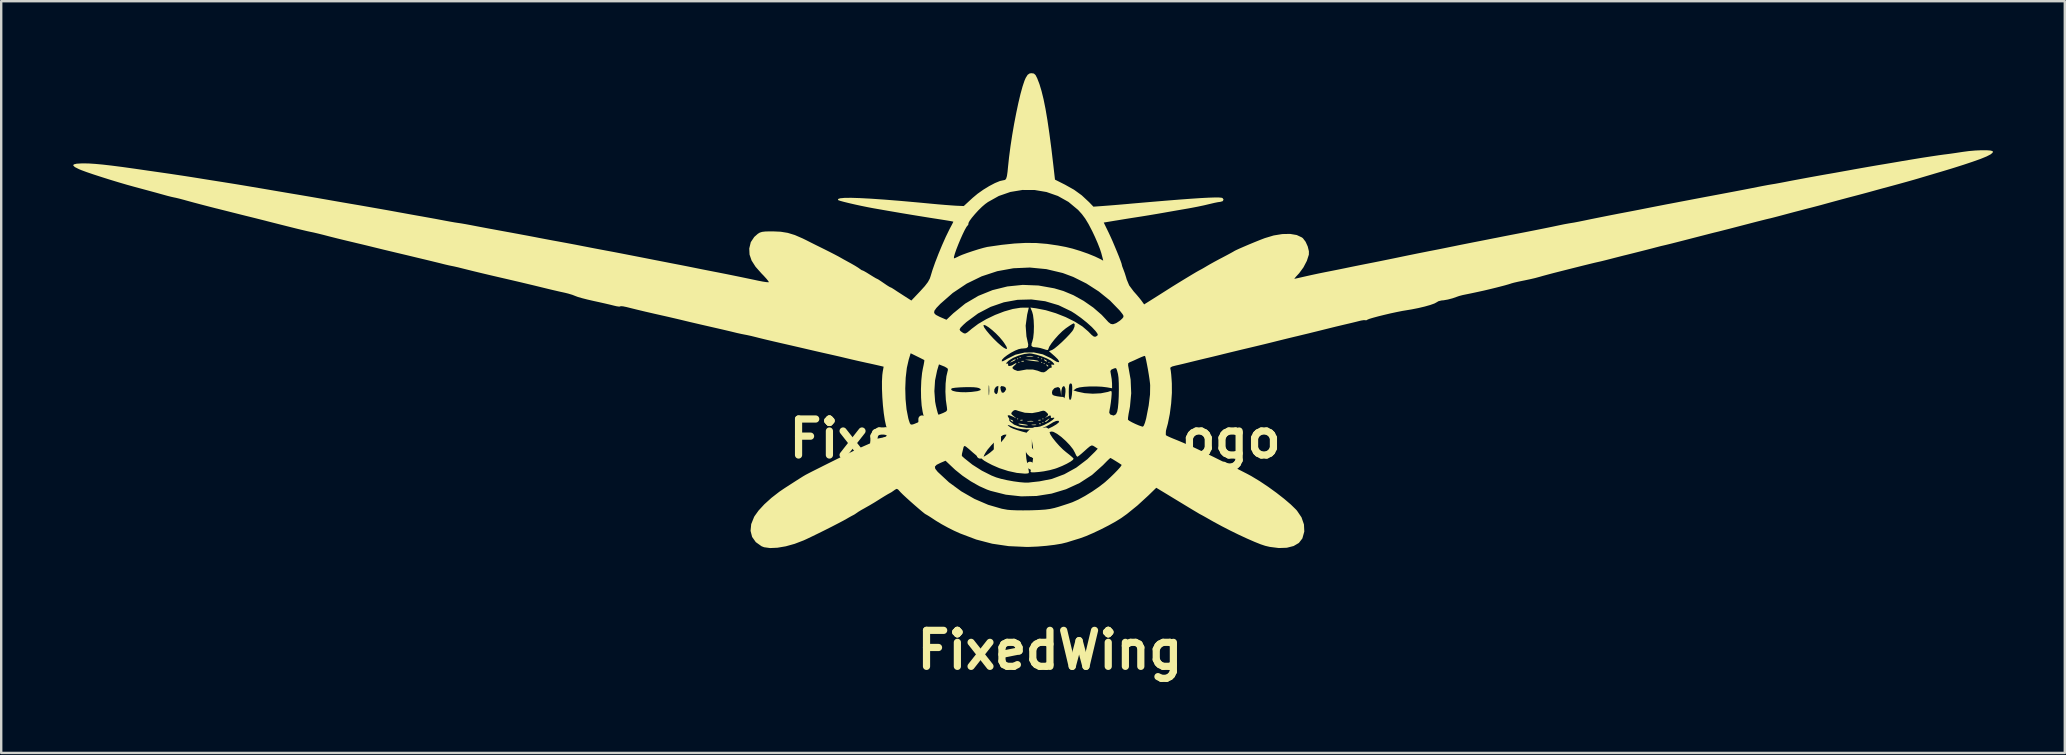
<source format=kicad_pcb>
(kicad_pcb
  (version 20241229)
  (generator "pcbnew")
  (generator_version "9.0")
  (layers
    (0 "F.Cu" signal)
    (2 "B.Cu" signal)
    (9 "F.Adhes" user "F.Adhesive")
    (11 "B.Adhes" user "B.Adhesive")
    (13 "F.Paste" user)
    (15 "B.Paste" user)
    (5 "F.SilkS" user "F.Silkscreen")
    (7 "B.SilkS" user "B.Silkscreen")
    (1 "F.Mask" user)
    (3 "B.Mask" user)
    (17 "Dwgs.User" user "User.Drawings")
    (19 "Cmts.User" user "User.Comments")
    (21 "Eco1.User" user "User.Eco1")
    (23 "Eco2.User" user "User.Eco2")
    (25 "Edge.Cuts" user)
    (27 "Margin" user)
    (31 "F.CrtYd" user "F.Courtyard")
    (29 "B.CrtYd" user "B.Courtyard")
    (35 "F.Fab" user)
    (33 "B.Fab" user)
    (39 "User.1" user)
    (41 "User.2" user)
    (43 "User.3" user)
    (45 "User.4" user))
  (footprint "FixedWing - Logo"
    (layer "F.Cu")
    (at 40.004 13.463)
    (property "Reference" "FixedWing - Logo" (at 0.075 1.767 0) (layer "F.SilkS") (effects (font (size 1.5 1.5) (thickness 0.3))))
    (attr board_only exclude_from_pos_files exclude_from_bom)
    (fp_poly (pts (xy -0.627 -1.565) (xy -0.652 -1.539) (xy -0.677 -1.565) (xy -0.652 -1.59)) (stroke (width 0) (type solid)) (fill yes) (layer "F.SilkS"))
    (fp_poly (pts (xy -0.627 0.94) (xy -0.652 0.965) (xy -0.677 0.94) (xy -0.652 0.915)) (stroke (width 0) (type solid)) (fill yes) (layer "F.SilkS"))
    (fp_poly (pts (xy -0.577 -1.414) (xy -0.602 -1.389) (xy -0.627 -1.414) (xy -0.602 -1.439)) (stroke (width 0) (type solid)) (fill yes) (layer "F.SilkS"))
    (fp_poly (pts (xy -0.527 -1.615) (xy -0.552 -1.59) (xy -0.577 -1.615) (xy -0.552 -1.64)) (stroke (width 0) (type solid)) (fill yes) (layer "F.SilkS"))
    (fp_poly (pts (xy 0.225 -1.615) (xy 0.2 -1.59) (xy 0.175 -1.615) (xy 0.2 -1.64)) (stroke (width 0) (type solid)) (fill yes) (layer "F.SilkS"))
    (fp_poly (pts (xy 0.375 -1.565) (xy 0.35 -1.539) (xy 0.325 -1.565) (xy 0.35 -1.59)) (stroke (width 0) (type solid)) (fill yes) (layer "F.SilkS"))
    (fp_poly (pts (xy 0.375 -1.414) (xy 0.35 -1.389) (xy 0.325 -1.414) (xy 0.35 -1.439)) (stroke (width 0) (type solid)) (fill yes) (layer "F.SilkS"))
    (fp_poly (pts (xy 0.425 0.94) (xy 0.4 0.965) (xy 0.375 0.94) (xy 0.4 0.915)) (stroke (width 0) (type solid)) (fill yes) (layer "F.SilkS"))
    (fp_poly (pts (xy 0.425 1.091) (xy 0.4 1.116) (xy 0.375 1.091) (xy 0.4 1.066)) (stroke (width 0) (type solid)) (fill yes) (layer "F.SilkS"))
    (fp_poly (pts (xy 0.475 -1.364) (xy 0.45 -1.339) (xy 0.425 -1.364) (xy 0.45 -1.389)) (stroke (width 0) (type solid)) (fill yes) (layer "F.SilkS"))
    (fp_poly (pts (xy 0.676 -1.414) (xy 0.651 -1.389) (xy 0.626 -1.414) (xy 0.651 -1.439)) (stroke (width 0) (type solid)) (fill yes) (layer "F.SilkS"))
    (fp_poly (pts (xy -0.44 0.985) (xy -0.455 1.008) (xy -0.506 1.012) (xy -0.559 0.999) (xy -0.536 0.981) (xy -0.458 0.975)) (stroke (width 0) (type solid)) (fill yes) (layer "F.SilkS"))
    (fp_poly (pts (xy -0.39 -1.47) (xy -0.405 -1.447) (xy -0.456 -1.443) (xy -0.509 -1.455) (xy -0.486 -1.474) (xy -0.408 -1.479)) (stroke (width 0) (type solid)) (fill yes) (layer "F.SilkS"))
    (fp_poly (pts (xy 0.308 1.132) (xy 0.302 1.162) (xy 0.275 1.166) (xy 0.234 1.148) (xy 0.242 1.132) (xy 0.301 1.126)) (stroke (width 0) (type solid)) (fill yes) (layer "F.SilkS"))
    (fp_poly (pts (xy 0.312 0.985) (xy 0.297 1.008) (xy 0.246 1.012) (xy 0.192 0.999) (xy 0.216 0.981) (xy 0.294 0.975)) (stroke (width 0) (type solid)) (fill yes) (layer "F.SilkS"))
    (fp_poly (pts (xy -0.863 1.002) (xy -0.852 1.016) (xy -0.835 1.061) (xy -0.882 1.044) (xy -0.927 1.016) (xy -0.966 0.975) (xy -0.943 0.966)) (stroke (width 0) (type solid)) (fill yes) (layer "F.SilkS"))
    (fp_poly (pts (xy 0.54 -1.503) (xy 0.551 -1.489) (xy 0.568 -1.444) (xy 0.521 -1.461) (xy 0.475 -1.489) (xy 0.437 -1.53) (xy 0.46 -1.539)) (stroke (width 0) (type solid)) (fill yes) (layer "F.SilkS"))
    (fp_poly (pts (xy 0.568 -1.319) (xy 0.621 -1.272) (xy 0.626 -1.261) (xy 0.602 -1.24) (xy 0.552 -1.287) (xy 0.546 -1.297) (xy 0.54 -1.331)) (stroke (width 0) (type solid)) (fill yes) (layer "F.SilkS"))
    (fp_poly (pts (xy -0.728 -1.53) (xy -0.773 -1.496) (xy -0.877 -1.443) (xy -0.96 -1.406) (xy -0.96 -1.416) (xy -0.905 -1.462) (xy -0.812 -1.522) (xy -0.759 -1.539)) (stroke (width 0) (type solid)) (fill yes) (layer "F.SilkS"))
    (fp_poly (pts (xy -0.013 1.03) (xy 0.011 1.043) (xy -0.052 1.051) (xy -0.126 1.052) (xy -0.234 1.048) (xy -0.264 1.038) (xy -0.239 1.03) (xy -0.093 1.022)) (stroke (width 0) (type solid)) (fill yes) (layer "F.SilkS"))
    (fp_poly (pts (xy -0.012 -1.675) (xy 0.008 -1.663) (xy -0.058 -1.656) (xy -0.151 -1.654) (xy -0.265 -1.658) (xy -0.298 -1.667) (xy -0.263 -1.676) (xy -0.115 -1.684)) (stroke (width 0) (type solid)) (fill yes) (layer "F.SilkS"))
    (fp_poly (pts (xy 0.112 1.181) (xy 0.128 1.196) (xy 0.058 1.204) (xy 0.025 1.204) (xy -0.067 1.199) (xy -0.077 1.186) (xy -0.063 1.181) (xy 0.064 1.174)) (stroke (width 0) (type solid)) (fill yes) (layer "F.SilkS"))
    (fp_poly (pts (xy 0.666 0.934) (xy 0.632 0.978) (xy 0.556 1.048) (xy 0.511 1.066) (xy 0.476 1.056) (xy 0.48 1.051) (xy 0.532 1.014) (xy 0.601 0.964) (xy 0.669 0.917)) (stroke (width 0) (type solid)) (fill yes) (layer "F.SilkS"))
    (fp_poly (pts (xy 0.014 -1.518) (xy 0.158 -1.494) (xy 0.175 -1.489) (xy 0.24 -1.462) (xy 0.214 -1.451) (xy 0.105 -1.458) (xy -0.079 -1.482) (xy -0.126 -1.489) (xy -0.351 -1.524) (xy -0.151 -1.527)) (stroke (width 0) (type solid)) (fill yes) (layer "F.SilkS"))
    (fp_poly (pts (xy -0.476 1.15) (xy -0.337 1.172) (xy -0.246 1.191) (xy -0.23 1.198) (xy -0.246 1.213) (xy -0.327 1.214) (xy -0.438 1.203) (xy -0.546 1.182) (xy -0.602 1.165) (xy -0.631 1.141) (xy -0.562 1.14)) (stroke (width 0) (type solid)) (fill yes) (layer "F.SilkS"))
    (fp_poly (pts (xy 0.024 -13.448) (xy 0.093 -13.385) (xy 0.162 -13.251) (xy 0.162 -13.25) (xy 0.255 -13.009) (xy 0.342 -12.721) (xy 0.426 -12.379) (xy 0.508 -11.974) (xy 0.588 -11.5) (xy 0.669 -10.948) (xy 0.753 -10.311) (xy 0.839 -9.583) (xy 0.842 -9.555) (xy 0.902 -9.029) (xy 1.319 -8.819) (xy 1.697 -8.607) (xy 2.016 -8.376) (xy 2.316 -8.097) (xy 2.329 -8.084) (xy 2.504 -7.902) (xy 2.88 -7.929) (xy 3.064 -7.943) (xy 3.319 -7.963) (xy 3.618 -7.988) (xy 3.933 -8.015) (xy 4.082 -8.029) (xy 4.844 -8.095) (xy 5.51 -8.151) (xy 6.084 -8.197) (xy 6.571 -8.233) (xy 6.975 -8.26) (xy 7.299 -8.277) (xy 7.549 -8.285) (xy 7.727 -8.285) (xy 7.839 -8.275) (xy 7.884 -8.261) (xy 7.926 -8.194) (xy 7.889 -8.131) (xy 7.79 -8.102) (xy 7.787 -8.102) (xy 7.693 -8.09) (xy 7.535 -8.058) (xy 7.345 -8.013) (xy 7.327 -8.009) (xy 7.108 -7.957) (xy 6.837 -7.9) (xy 6.56 -7.847) (xy 6.462 -7.829) (xy 6.177 -7.78) (xy 5.849 -7.723) (xy 5.536 -7.668) (xy 5.435 -7.65) (xy 5.141 -7.599) (xy 4.813 -7.544) (xy 4.505 -7.494) (xy 4.408 -7.479) (xy 4.118 -7.434) (xy 3.793 -7.382) (xy 3.491 -7.332) (xy 3.421 -7.321) (xy 2.934 -7.24) (xy 3.035 -7.032) (xy 3.136 -6.825) (xy 3.218 -6.649) (xy 3.297 -6.474) (xy 3.385 -6.266) (xy 3.48 -6.038) (xy 3.564 -5.832) (xy 3.63 -5.659) (xy 3.672 -5.541) (xy 3.682 -5.502) (xy 3.7 -5.424) (xy 3.746 -5.303) (xy 3.753 -5.286) (xy 3.809 -5.135) (xy 3.868 -4.948) (xy 3.888 -4.874) (xy 3.994 -4.621) (xy 4.179 -4.373) (xy 4.316 -4.218) (xy 4.44 -4.069) (xy 4.513 -3.975) (xy 4.617 -3.83) (xy 5.039 -4.095) (xy 5.242 -4.223) (xy 5.434 -4.345) (xy 5.586 -4.441) (xy 5.636 -4.473) (xy 5.791 -4.571) (xy 5.986 -4.692) (xy 6.203 -4.825) (xy 6.422 -4.958) (xy 6.624 -5.08) (xy 6.791 -5.179) (xy 6.904 -5.243) (xy 6.938 -5.261) (xy 7.025 -5.307) (xy 7.156 -5.383) (xy 7.214 -5.418) (xy 7.347 -5.496) (xy 7.538 -5.602) (xy 7.755 -5.719) (xy 7.865 -5.776) (xy 8.06 -5.879) (xy 8.223 -5.967) (xy 8.333 -6.028) (xy 8.366 -6.049) (xy 8.436 -6.086) (xy 8.577 -6.151) (xy 8.77 -6.235) (xy 8.992 -6.33) (xy 9.222 -6.425) (xy 9.44 -6.513) (xy 9.624 -6.584) (xy 9.643 -6.591) (xy 10.016 -6.703) (xy 10.374 -6.761) (xy 10.7 -6.767) (xy 10.977 -6.72) (xy 11.19 -6.62) (xy 11.233 -6.586) (xy 11.345 -6.439) (xy 11.433 -6.244) (xy 11.482 -6.044) (xy 11.48 -5.903) (xy 11.396 -5.643) (xy 11.253 -5.37) (xy 11.077 -5.13) (xy 11.043 -5.093) (xy 10.943 -4.985) (xy 10.884 -4.914) (xy 10.877 -4.896) (xy 10.933 -4.907) (xy 11.062 -4.935) (xy 11.24 -4.976) (xy 11.311 -4.992) (xy 11.574 -5.051) (xy 11.872 -5.115) (xy 12.142 -5.17) (xy 12.148 -5.171) (xy 12.412 -5.223) (xy 12.713 -5.283) (xy 12.993 -5.34) (xy 13.025 -5.347) (xy 13.297 -5.403) (xy 13.6 -5.464) (xy 13.871 -5.518) (xy 13.902 -5.524) (xy 14.162 -5.575) (xy 14.462 -5.635) (xy 14.745 -5.693) (xy 14.791 -5.702) (xy 15.073 -5.76) (xy 15.39 -5.826) (xy 15.681 -5.886) (xy 15.718 -5.893) (xy 15.991 -5.949) (xy 16.293 -6.009) (xy 16.564 -6.063) (xy 16.607 -6.071) (xy 16.871 -6.122) (xy 17.172 -6.183) (xy 17.452 -6.24) (xy 17.484 -6.246) (xy 17.756 -6.302) (xy 18.058 -6.362) (xy 18.33 -6.416) (xy 18.361 -6.422) (xy 18.617 -6.472) (xy 18.917 -6.531) (xy 19.203 -6.588) (xy 19.262 -6.599) (xy 19.532 -6.653) (xy 19.823 -6.71) (xy 20.083 -6.76) (xy 20.139 -6.771) (xy 20.47 -6.835) (xy 20.85 -6.91) (xy 21.241 -6.988) (xy 21.608 -7.063) (xy 21.913 -7.127) (xy 21.918 -7.128) (xy 22.115 -7.169) (xy 22.297 -7.202) (xy 22.405 -7.22) (xy 22.536 -7.241) (xy 22.724 -7.277) (xy 22.929 -7.319) (xy 22.931 -7.319) (xy 23.223 -7.38) (xy 23.58 -7.452) (xy 23.972 -7.53) (xy 24.365 -7.607) (xy 24.723 -7.675) (xy 24.943 -7.717) (xy 25.216 -7.77) (xy 25.498 -7.826) (xy 25.625 -7.851) (xy 25.895 -7.904) (xy 26.178 -7.959) (xy 26.429 -8.008) (xy 26.527 -8.026) (xy 26.742 -8.067) (xy 27.013 -8.119) (xy 27.298 -8.173) (xy 27.454 -8.203) (xy 27.727 -8.255) (xy 28.011 -8.309) (xy 28.264 -8.356) (xy 28.38 -8.378) (xy 28.816 -8.46) (xy 29.238 -8.54) (xy 29.625 -8.614) (xy 29.957 -8.679) (xy 30.209 -8.729) (xy 30.42 -8.77) (xy 30.623 -8.808) (xy 30.76 -8.831) (xy 30.915 -8.856) (xy 31.121 -8.894) (xy 31.311 -8.93) (xy 31.581 -8.983) (xy 31.919 -9.046) (xy 32.294 -9.116) (xy 32.676 -9.185) (xy 33.034 -9.249) (xy 33.215 -9.28) (xy 33.443 -9.32) (xy 33.724 -9.371) (xy 34.016 -9.423) (xy 34.167 -9.451) (xy 34.458 -9.503) (xy 34.776 -9.559) (xy 35.072 -9.61) (xy 35.194 -9.631) (xy 35.46 -9.675) (xy 35.774 -9.728) (xy 36.085 -9.781) (xy 36.221 -9.805) (xy 36.63 -9.873) (xy 37.031 -9.939) (xy 37.402 -9.996) (xy 37.723 -10.044) (xy 37.971 -10.078) (xy 38.024 -10.084) (xy 38.193 -10.106) (xy 38.418 -10.138) (xy 38.66 -10.175) (xy 38.726 -10.185) (xy 38.983 -10.219) (xy 39.248 -10.242) (xy 39.499 -10.253) (xy 39.716 -10.253) (xy 39.879 -10.241) (xy 39.968 -10.217) (xy 39.977 -10.209) (xy 39.971 -10.152) (xy 39.887 -10.082) (xy 39.723 -9.997) (xy 39.473 -9.894) (xy 39.132 -9.773) (xy 38.776 -9.654) (xy 38.582 -9.592) (xy 38.414 -9.539) (xy 38.248 -9.487) (xy 38.06 -9.43) (xy 37.827 -9.36) (xy 37.525 -9.271) (xy 37.473 -9.255) (xy 37.259 -9.192) (xy 37.046 -9.129) (xy 36.897 -9.084) (xy 36.705 -9.028) (xy 36.447 -8.955) (xy 36.156 -8.874) (xy 35.861 -8.793) (xy 35.62 -8.728) (xy 35.436 -8.679) (xy 35.21 -8.617) (xy 35.018 -8.564) (xy 34.779 -8.498) (xy 34.519 -8.428) (xy 34.342 -8.381) (xy 33.953 -8.279) (xy 33.576 -8.178) (xy 33.241 -8.087) (xy 32.994 -8.019) (xy 32.818 -7.97) (xy 32.586 -7.909) (xy 32.341 -7.845) (xy 32.268 -7.827) (xy 32.004 -7.758) (xy 31.696 -7.678) (xy 31.4 -7.599) (xy 31.311 -7.575) (xy 31.079 -7.513) (xy 30.865 -7.457) (xy 30.699 -7.415) (xy 30.635 -7.401) (xy 30.531 -7.376) (xy 30.349 -7.33) (xy 30.108 -7.269) (xy 29.828 -7.196) (xy 29.558 -7.126) (xy 29.259 -7.048) (xy 28.982 -6.976) (xy 28.746 -6.916) (xy 28.571 -6.871) (xy 28.481 -6.849) (xy 28.376 -6.824) (xy 28.194 -6.778) (xy 27.954 -6.716) (xy 27.674 -6.644) (xy 27.403 -6.574) (xy 27.105 -6.497) (xy 26.828 -6.426) (xy 26.592 -6.366) (xy 26.417 -6.323) (xy 26.326 -6.301) (xy 26.156 -6.262) (xy 25.971 -6.214) (xy 25.951 -6.209) (xy 25.785 -6.165) (xy 25.548 -6.104) (xy 25.268 -6.033) (xy 24.971 -5.958) (xy 24.682 -5.886) (xy 24.623 -5.872) (xy 24.418 -5.82) (xy 24.179 -5.759) (xy 24.022 -5.718) (xy 23.822 -5.667) (xy 23.634 -5.621) (xy 23.521 -5.596) (xy 23.394 -5.567) (xy 23.184 -5.516) (xy 22.888 -5.443) (xy 22.502 -5.346) (xy 22.023 -5.225) (xy 21.692 -5.141) (xy 21.469 -5.082) (xy 21.25 -5.023) (xy 21.081 -4.975) (xy 21.066 -4.971) (xy 20.908 -4.928) (xy 20.692 -4.878) (xy 20.461 -4.829) (xy 20.415 -4.82) (xy 20.208 -4.777) (xy 20.029 -4.736) (xy 19.91 -4.703) (xy 19.889 -4.695) (xy 19.8 -4.667) (xy 19.639 -4.621) (xy 19.431 -4.567) (xy 19.262 -4.524) (xy 19.01 -4.462) (xy 18.777 -4.407) (xy 18.535 -4.354) (xy 18.256 -4.294) (xy 17.908 -4.223) (xy 17.885 -4.218) (xy 17.74 -4.18) (xy 17.634 -4.143) (xy 17.469 -4.085) (xy 17.272 -4.033) (xy 17.09 -4.001) (xy 17.012 -3.995) (xy 16.881 -3.964) (xy 16.808 -3.92) (xy 16.712 -3.868) (xy 16.538 -3.806) (xy 16.308 -3.741) (xy 16.043 -3.678) (xy 15.766 -3.623) (xy 15.58 -3.592) (xy 15.379 -3.559) (xy 15.139 -3.511) (xy 14.878 -3.455) (xy 14.616 -3.393) (xy 14.37 -3.332) (xy 14.159 -3.275) (xy 14.002 -3.228) (xy 13.919 -3.194) (xy 13.91 -3.186) (xy 13.862 -3.164) (xy 13.848 -3.17) (xy 13.775 -3.176) (xy 13.649 -3.156) (xy 13.615 -3.147) (xy 13.467 -3.11) (xy 13.267 -3.061) (xy 13.075 -3.016) (xy 12.931 -2.982) (xy 12.784 -2.947) (xy 12.616 -2.907) (xy 12.409 -2.856) (xy 12.148 -2.791) (xy 11.814 -2.708) (xy 11.647 -2.667) (xy 11.467 -2.622) (xy 11.233 -2.566) (xy 10.987 -2.506) (xy 10.921 -2.491) (xy 10.66 -2.428) (xy 10.379 -2.359) (xy 10.133 -2.298) (xy 10.094 -2.288) (xy 9.906 -2.241) (xy 9.651 -2.178) (xy 9.357 -2.107) (xy 9.055 -2.035) (xy 8.967 -2.014) (xy 8.68 -1.946) (xy 8.404 -1.879) (xy 8.163 -1.821) (xy 7.985 -1.777) (xy 7.94 -1.766) (xy 7.76 -1.721) (xy 7.526 -1.664) (xy 7.28 -1.605) (xy 7.214 -1.59) (xy 6.972 -1.532) (xy 6.73 -1.473) (xy 6.53 -1.424) (xy 6.487 -1.413) (xy 6.269 -1.36) (xy 6.036 -1.305) (xy 5.946 -1.285) (xy 5.791 -1.245) (xy 5.717 -1.206) (xy 5.707 -1.157) (xy 5.711 -1.145) (xy 5.727 -1.063) (xy 5.745 -0.906) (xy 5.761 -0.699) (xy 5.771 -0.537) (xy 5.773 -0.141) (xy 5.743 0.296) (xy 5.686 0.733) (xy 5.606 1.133) (xy 5.551 1.333) (xy 5.514 1.48) (xy 5.507 1.586) (xy 5.517 1.616) (xy 5.585 1.655) (xy 5.714 1.715) (xy 5.836 1.766) (xy 6.017 1.839) (xy 6.184 1.909) (xy 6.262 1.942) (xy 6.409 2.007) (xy 6.58 2.082) (xy 6.612 2.095) (xy 6.744 2.155) (xy 6.948 2.252) (xy 7.205 2.377) (xy 7.5 2.521) (xy 7.814 2.677) (xy 8.131 2.835) (xy 8.432 2.986) (xy 8.7 3.123) (xy 8.919 3.235) (xy 9.069 3.316) (xy 9.092 3.329) (xy 9.428 3.532) (xy 9.779 3.766) (xy 10.126 4.017) (xy 10.449 4.269) (xy 10.728 4.507) (xy 10.943 4.717) (xy 10.986 4.765) (xy 11.174 5.043) (xy 11.276 5.338) (xy 11.29 5.634) (xy 11.212 5.913) (xy 11.207 5.925) (xy 11.064 6.109) (xy 10.846 6.237) (xy 10.564 6.309) (xy 10.229 6.321) (xy 9.85 6.273) (xy 9.662 6.229) (xy 9.471 6.165) (xy 9.212 6.061) (xy 8.901 5.925) (xy 8.559 5.766) (xy 8.201 5.591) (xy 7.848 5.409) (xy 7.517 5.23) (xy 7.398 5.163) (xy 7.218 5.06) (xy 7.074 4.979) (xy 6.986 4.932) (xy 6.969 4.923) (xy 6.924 4.899) (xy 6.809 4.83) (xy 6.637 4.728) (xy 6.422 4.598) (xy 6.259 4.499) (xy 6.003 4.344) (xy 5.761 4.197) (xy 5.551 4.069) (xy 5.395 3.975) (xy 5.342 3.943) (xy 5.123 3.81) (xy 4.791 4.133) (xy 4.339 4.547) (xy 3.902 4.901) (xy 3.662 5.073) (xy 3.427 5.218) (xy 3.135 5.38) (xy 2.814 5.544) (xy 2.49 5.697) (xy 2.193 5.825) (xy 1.949 5.914) (xy 1.928 5.921) (xy 1.725 5.983) (xy 1.541 6.04) (xy 1.411 6.081) (xy 1.402 6.084) (xy 1.18 6.139) (xy 0.884 6.188) (xy 0.542 6.229) (xy 0.182 6.259) (xy -0.17 6.274) (xy -0.297 6.275) (xy -1.028 6.242) (xy -1.712 6.141) (xy -2.378 5.967) (xy -3.052 5.712) (xy -3.307 5.597) (xy -3.554 5.473) (xy -3.816 5.33) (xy -4.045 5.192) (xy -4.103 5.155) (xy -4.264 5.048) (xy -4.391 4.968) (xy -4.463 4.926) (xy -4.471 4.923) (xy -4.521 4.892) (xy -4.627 4.807) (xy -4.774 4.683) (xy -4.944 4.536) (xy -5.122 4.379) (xy -5.29 4.227) (xy -5.431 4.096) (xy -5.529 3.999) (xy -5.554 3.971) (xy -5.638 3.879) (xy -5.695 3.855) (xy -5.764 3.891) (xy -5.795 3.914) (xy -5.907 3.992) (xy -5.987 4.037) (xy -6.063 4.078) (xy -6.197 4.158) (xy -6.365 4.262) (xy -6.413 4.293) (xy -6.618 4.421) (xy -6.829 4.546) (xy -7.003 4.644) (xy -7.014 4.651) (xy -7.167 4.736) (xy -7.292 4.812) (xy -7.34 4.846) (xy -7.445 4.918) (xy -7.49 4.943) (xy -7.578 4.989) (xy -7.71 5.063) (xy -7.766 5.096) (xy -7.913 5.178) (xy -8.128 5.291) (xy -8.389 5.426) (xy -8.674 5.57) (xy -8.961 5.712) (xy -9.228 5.842) (xy -9.452 5.949) (xy -9.569 6.002) (xy -9.944 6.146) (xy -10.313 6.249) (xy -10.66 6.308) (xy -10.967 6.322) (xy -11.216 6.288) (xy -11.323 6.247) (xy -11.564 6.075) (xy -11.717 5.858) (xy -11.782 5.605) (xy -11.755 5.325) (xy -11.635 5.027) (xy -11.617 4.995) (xy -11.448 4.759) (xy -11.207 4.498) (xy -10.912 4.231) (xy -10.582 3.975) (xy -10.372 3.832) (xy -10.107 3.661) (xy -9.911 3.535) (xy -9.77 3.445) (xy -9.67 3.382) (xy -9.597 3.336) (xy -9.534 3.299) (xy -9.486 3.271) (xy -9.399 3.225) (xy -9.238 3.142) (xy -9.019 3.032) (xy -8.813 2.929) (xy -4.101 2.929) (xy -4.087 3.018) (xy -3.992 3.138) (xy -3.976 3.155) (xy -3.516 3.582) (xy -3.001 3.959) (xy -2.45 4.275) (xy -1.881 4.52) (xy -1.314 4.684) (xy -1.078 4.727) (xy -0.925 4.74) (xy -0.7 4.749) (xy -0.43 4.752) (xy -0.143 4.749) (xy -0.076 4.748) (xy 0.245 4.736) (xy 0.494 4.719) (xy 0.696 4.692) (xy 0.88 4.652) (xy 1.052 4.603) (xy 1.264 4.535) (xy 1.463 4.47) (xy 1.61 4.419) (xy 1.629 4.412) (xy 1.869 4.305) (xy 2.155 4.15) (xy 2.456 3.965) (xy 2.743 3.767) (xy 2.987 3.577) (xy 3.01 3.556) (xy 3.198 3.386) (xy 3.371 3.218) (xy 3.518 3.067) (xy 3.624 2.947) (xy 3.675 2.871) (xy 3.676 2.853) (xy 3.546 2.768) (xy 3.408 2.682) (xy 3.29 2.61) (xy 3.219 2.571) (xy 3.21 2.569) (xy 3.168 2.602) (xy 3.074 2.692) (xy 2.948 2.82) (xy 2.905 2.865) (xy 2.446 3.276) (xy 1.928 3.612) (xy 1.362 3.872) (xy 0.761 4.053) (xy 0.135 4.152) (xy -0.504 4.168) (xy -1.145 4.098) (xy -1.777 3.939) (xy -1.929 3.886) (xy -2.253 3.741) (xy -2.605 3.541) (xy -2.95 3.308) (xy -3.252 3.065) (xy -3.306 3.015) (xy -3.658 2.683) (xy -3.865 2.771) (xy -4.029 2.853) (xy -4.101 2.929) (xy -8.813 2.929) (xy -8.761 2.902) (xy -8.478 2.761) (xy -8.188 2.617) (xy -7.907 2.479) (xy -7.652 2.353) (xy -7.554 2.305) (xy -3.174 2.305) (xy -2.873 2.581) (xy -2.538 2.848) (xy -2.146 3.097) (xy -1.743 3.3) (xy -1.55 3.377) (xy -1.346 3.437) (xy -1.093 3.494) (xy -0.821 3.543) (xy -0.559 3.578) (xy -0.338 3.596) (xy -0.201 3.594) (xy -0.067 3.578) (xy 0.118 3.558) (xy 0.25 3.544) (xy 0.773 3.441) (xy 1.291 3.247) (xy 1.789 2.971) (xy 2.25 2.621) (xy 2.569 2.308) (xy 2.684 2.182) (xy 2.554 2.097) (xy 2.485 2.056) (xy 2.427 2.048) (xy 2.358 2.083) (xy 2.254 2.168) (xy 2.147 2.265) (xy 2.009 2.387) (xy 1.899 2.477) (xy 1.838 2.518) (xy 1.834 2.518) (xy 1.794 2.477) (xy 1.744 2.374) (xy 1.737 2.356) (xy 1.655 2.206) (xy 1.519 2.034) (xy 1.35 1.857) (xy 1.168 1.694) (xy 0.992 1.564) (xy 0.843 1.483) (xy 0.768 1.466) (xy 0.692 1.483) (xy 0.677 1.504) (xy 0.713 1.595) (xy 0.804 1.733) (xy 0.934 1.897) (xy 1.084 2.066) (xy 1.238 2.219) (xy 1.356 2.319) (xy 1.503 2.435) (xy 1.617 2.532) (xy 1.675 2.591) (xy 1.678 2.594) (xy 1.652 2.645) (xy 1.551 2.72) (xy 1.394 2.809) (xy 1.199 2.902) (xy 0.986 2.988) (xy 0.901 3.017) (xy 0.688 3.075) (xy 0.435 3.125) (xy 0.229 3.152) (xy 0.04 3.167) (xy -0.069 3.167) (xy -0.114 3.15) (xy -0.115 3.114) (xy -0.112 3.106) (xy -0.04 2.833) (xy -0.004 2.51) (xy -0.009 2.182) (xy -0.025 2.052) (xy -0.055 1.874) (xy -0.083 1.739) (xy -0.102 1.674) (xy -0.104 1.672) (xy -0.154 1.673) (xy -0.207 1.763) (xy -0.257 1.933) (xy -0.282 2.058) (xy -0.306 2.229) (xy -0.31 2.395) (xy -0.293 2.582) (xy -0.252 2.816) (xy -0.195 3.082) (xy -0.182 3.17) (xy -0.212 3.209) (xy -0.31 3.22) (xy -0.367 3.22) (xy -0.685 3.191) (xy -1.047 3.112) (xy -1.418 2.992) (xy -1.716 2.862) (xy -1.897 2.768) (xy -2.038 2.687) (xy -2.118 2.629) (xy -2.13 2.613) (xy -2.17 2.573) (xy -2.201 2.569) (xy -2.27 2.537) (xy -2.281 2.529) (xy -2.088 2.529) (xy -1.928 2.436) (xy -1.812 2.354) (xy -1.66 2.226) (xy -1.502 2.079) (xy -1.495 2.072) (xy -1.35 1.919) (xy -1.227 1.772) (xy -1.15 1.662) (xy -1.147 1.656) (xy -1.072 1.511) (xy -1.235 1.595) (xy -1.385 1.697) (xy -1.566 1.853) (xy -1.747 2.035) (xy -1.902 2.216) (xy -2.002 2.364) (xy -2.088 2.529) (xy -2.281 2.529) (xy -2.388 2.452) (xy -2.53 2.333) (xy -2.546 2.318) (xy -2.683 2.197) (xy -2.792 2.108) (xy -2.853 2.068) (xy -2.856 2.068) (xy -2.914 2.097) (xy -3.012 2.169) (xy -3.033 2.187) (xy -3.174 2.305) (xy -7.554 2.305) (xy -7.438 2.249) (xy -7.283 2.175) (xy -7.215 2.143) (xy -7.075 2.081) (xy -6.902 2.005) (xy -6.839 1.977) (xy -6.66 1.9) (xy -6.448 1.812) (xy -6.325 1.762) (xy -6.144 1.677) (xy -6.051 1.59) (xy -6.038 1.488) (xy -6.083 1.374) (xy -6.138 1.222) (xy -6.144 1.194) (xy -1.067 1.194) (xy -1.053 1.222) (xy -0.952 1.296) (xy -0.949 1.298) (xy -0.842 1.348) (xy -0.669 1.408) (xy -0.465 1.469) (xy -0.263 1.521) (xy -0.095 1.555) (xy -0.026 1.562) (xy 0.057 1.547) (xy 0.202 1.506) (xy 0.381 1.448) (xy 0.393 1.443) (xy 0.606 1.359) (xy 0.801 1.264) (xy 0.958 1.171) (xy 1.055 1.093) (xy 1.076 1.053) (xy 1.039 1.017) (xy 0.946 1.028) (xy 0.825 1.081) (xy 0.784 1.107) (xy 0.547 1.249) (xy 0.322 1.335) (xy 0.068 1.375) (xy -0.176 1.382) (xy -0.451 1.37) (xy -0.663 1.335) (xy -0.84 1.274) (xy -0.995 1.211) (xy -1.067 1.194) (xy -6.144 1.194) (xy -6.188 0.99) (xy -6.232 0.7) (xy -6.267 0.373) (xy -6.292 0.03) (xy -6.306 -0.308) (xy -6.306 -0.332) (xy -5.336 -0.332) (xy -5.324 0.118) (xy -5.283 0.542) (xy -5.211 0.911) (xy -5.187 0.998) (xy -5.143 1.126) (xy -5.1 1.178) (xy -5.028 1.173) (xy -4.966 1.153) (xy -4.811 1.088) (xy -4.685 1.022) (xy -4.593 0.967) (xy -4.551 0.943) (xy -4.557 0.897) (xy -4.578 0.793) (xy -1.067 0.793) (xy -1.057 0.851) (xy -1.029 0.889) (xy -0.993 0.95) (xy -1.003 0.965) (xy -1.006 0.996) (xy -0.975 1.044) (xy -0.804 1.179) (xy -0.567 1.27) (xy -0.289 1.316) (xy 0.003 1.312) (xy 0.286 1.257) (xy 0.45 1.193) (xy 0.66 1.082) (xy 0.806 0.985) (xy 0.821 0.968) (xy 3.942 0.968) (xy 3.944 0.975) (xy 3.995 1.018) (xy 4.109 1.082) (xy 4.256 1.153) (xy 4.404 1.216) (xy 4.523 1.256) (xy 4.566 1.264) (xy 4.603 1.22) (xy 4.651 1.101) (xy 4.698 0.933) (xy 4.705 0.903) (xy 4.807 0.38) (xy 4.862 -0.076) (xy 4.868 -0.457) (xy 4.862 -0.538) (xy 4.842 -0.701) (xy 4.811 -0.905) (xy 4.774 -1.126) (xy 4.734 -1.338) (xy 4.698 -1.518) (xy 4.668 -1.642) (xy 4.652 -1.684) (xy 4.603 -1.675) (xy 4.49 -1.631) (xy 4.372 -1.578) (xy 4.211 -1.503) (xy 4.075 -1.444) (xy 4.015 -1.42) (xy 3.951 -1.374) (xy 3.95 -1.28) (xy 3.956 -1.251) (xy 4.054 -0.698) (xy 4.078 -0.128) (xy 4.027 0.423) (xy 4.005 0.546) (xy 3.969 0.733) (xy 3.947 0.883) (xy 3.942 0.968) (xy 0.821 0.968) (xy 0.873 0.913) (xy 0.876 0.899) (xy 0.839 0.887) (xy 0.799 0.898) (xy 0.737 0.902) (xy 0.73 0.884) (xy 0.729 0.806) (xy 0.674 0.801) (xy 0.588 0.844) (xy 0.501 0.894) (xy 0.493 0.893) (xy 0.548 0.845) (xy 0.615 0.782) (xy 0.61 0.732) (xy 0.548 0.668) (xy 0.481 0.612) (xy 0.411 0.598) (xy 0.303 0.623) (xy 0.23 0.648) (xy -0.05 0.7) (xy -0.354 0.684) (xy -0.614 0.611) (xy -0.731 0.571) (xy -0.805 0.581) (xy -0.865 0.631) (xy -0.919 0.697) (xy -0.907 0.749) (xy -0.827 0.821) (xy -0.702 0.921) (xy -0.869 0.84) (xy -1.002 0.789) (xy -1.067 0.793) (xy -4.578 0.793) (xy -4.581 0.78) (xy -4.613 0.639) (xy -4.654 0.38) (xy -4.677 0.055) (xy -4.681 -0.216) (xy -4.123 -0.216) (xy -4.092 0.219) (xy -4.062 0.381) (xy -4.019 0.561) (xy -3.982 0.696) (xy -3.957 0.762) (xy -3.953 0.765) (xy -3.896 0.748) (xy -3.784 0.704) (xy -3.75 0.69) (xy -3.634 0.632) (xy -3.591 0.571) (xy -3.599 0.472) (xy -3.6 0.466) (xy -3.645 0.151) (xy -3.663 -0.191) (xy -3.661 -0.27) (xy -3.423 -0.27) (xy -3.352 -0.226) (xy -3.215 -0.193) (xy -3.029 -0.174) (xy -2.81 -0.17) (xy -2.575 -0.183) (xy -2.342 -0.214) (xy -2.318 -0.219) (xy -2.206 -0.256) (xy -2.204 -0.262) (xy -1.863 -0.262) (xy -1.861 -0.116) (xy -1.854 -0.043) (xy -1.845 -0.057) (xy -1.843 -0.073) (xy -1.837 -0.185) (xy -1.63 -0.185) (xy -1.595 -0.12) (xy -1.532 -0.089) (xy -1.49 -0.149) (xy -1.469 -0.262) (xy -1.458 -0.375) (xy -1.374 -0.375) (xy -1.358 -0.264) (xy -1.314 -0.158) (xy -1.251 -0.148) (xy -1.234 -0.161) (xy 0.776 -0.161) (xy 0.79 -0.08) (xy 0.851 -0.034) (xy 0.984 -0.003) (xy 0.989 -0.002) (xy 1.128 0.018) (xy 1.223 0.025) (xy 1.239 0.024) (xy 1.278 0.053) (xy 1.284 0.076) (xy 1.295 0.076) (xy 1.316 -0.004) (xy 1.322 -0.037) (xy 1.339 -0.183) (xy 1.477 -0.183) (xy 1.482 0.012) (xy 1.499 0.12) (xy 1.531 0.153) (xy 1.54 0.152) (xy 1.58 0.089) (xy 1.607 -0.062) (xy 1.617 -0.203) (xy 1.618 -0.247) (xy 1.67 -0.247) (xy 1.837 -0.195) (xy 2.139 -0.132) (xy 2.477 -0.109) (xy 2.813 -0.126) (xy 3.107 -0.184) (xy 3.193 -0.213) (xy 3.239 -0.222) (xy 3.262 -0.191) (xy 3.264 -0.098) (xy 3.251 0.071) (xy 3.228 0.269) (xy 3.2 0.452) (xy 3.18 0.552) (xy 3.162 0.676) (xy 3.196 0.745) (xy 3.222 0.764) (xy 3.35 0.802) (xy 3.444 0.746) (xy 3.494 0.64) (xy 3.523 0.488) (xy 3.545 0.265) (xy 3.559 -0.001) (xy 3.564 -0.282) (xy 3.561 -0.55) (xy 3.549 -0.776) (xy 3.527 -0.932) (xy 3.525 -0.938) (xy 3.485 -1.088) (xy 3.455 -1.161) (xy 3.416 -1.177) (xy 3.348 -1.155) (xy 3.318 -1.143) (xy 3.237 -1.103) (xy 3.211 -1.043) (xy 3.229 -0.929) (xy 3.234 -0.904) (xy 3.265 -0.718) (xy 3.28 -0.531) (xy 3.28 -0.524) (xy 3.281 -0.336) (xy 3.068 -0.374) (xy 2.856 -0.4) (xy 2.61 -0.412) (xy 2.356 -0.411) (xy 2.119 -0.397) (xy 1.925 -0.372) (xy 1.8 -0.336) (xy 1.784 -0.327) (xy 1.67 -0.247) (xy 1.618 -0.247) (xy 1.622 -0.386) (xy 1.611 -0.489) (xy 1.582 -0.532) (xy 1.555 -0.538) (xy 1.513 -0.519) (xy 1.489 -0.45) (xy 1.479 -0.312) (xy 1.477 -0.183) (xy 1.339 -0.183) (xy 1.34 -0.187) (xy 1.337 -0.312) (xy 1.337 -0.316) (xy 1.299 -0.412) (xy 1.247 -0.423) (xy 1.198 -0.361) (xy 1.17 -0.236) (xy 1.168 -0.216) (xy 1.16 -0.011) (xy 1.14 -0.199) (xy 1.106 -0.338) (xy 1.032 -0.387) (xy 0.908 -0.353) (xy 0.873 -0.335) (xy 0.795 -0.245) (xy 0.776 -0.161) (xy -1.234 -0.161) (xy -1.188 -0.197) (xy -1.131 -0.298) (xy -1.168 -0.381) (xy -1.232 -0.413) (xy -1.336 -0.428) (xy -1.374 -0.375) (xy -1.458 -0.375) (xy -1.458 -0.378) (xy -1.458 -0.436) (xy -1.459 -0.437) (xy -1.558 -0.396) (xy -1.621 -0.298) (xy -1.63 -0.185) (xy -1.837 -0.185) (xy -1.835 -0.239) (xy -1.842 -0.417) (xy -1.843 -0.424) (xy -1.852 -0.471) (xy -1.859 -0.428) (xy -1.863 -0.305) (xy -1.863 -0.262) (xy -2.204 -0.262) (xy -2.191 -0.301) (xy -2.271 -0.345) (xy -2.353 -0.365) (xy -2.485 -0.379) (xy -2.668 -0.384) (xy -2.875 -0.381) (xy -3.08 -0.372) (xy -3.256 -0.358) (xy -3.376 -0.339) (xy -3.411 -0.325) (xy -3.423 -0.27) (xy -3.661 -0.27) (xy -3.655 -0.53) (xy -3.622 -0.835) (xy -3.565 -1.076) (xy -3.556 -1.1) (xy -3.577 -1.167) (xy -3.693 -1.236) (xy -3.73 -1.251) (xy -3.932 -1.331) (xy -4.01 -1.072) (xy -4.095 -0.662) (xy -4.123 -0.216) (xy -4.681 -0.216) (xy -4.682 -0.3) (xy -4.668 -0.653) (xy -4.636 -0.969) (xy -4.605 -1.145) (xy -4.568 -1.318) (xy -4.561 -1.358) (xy -1.135 -1.358) (xy -1.113 -1.36) (xy -1.052 -1.364) (xy -1.051 -1.342) (xy -1.056 -1.283) (xy -0.996 -1.261) (xy -0.901 -1.283) (xy -0.852 -1.31) (xy -0.741 -1.375) (xy -0.698 -1.383) (xy -0.731 -1.337) (xy -0.784 -1.289) (xy -0.863 -1.216) (xy -0.868 -1.17) (xy -0.805 -1.113) (xy -0.802 -1.111) (xy -0.657 -1.057) (xy -0.577 -1.065) (xy -0.281 -1.118) (xy -0.016 -1.116) (xy 0.175 -1.069) (xy 0.334 -1.008) (xy 0.443 -1) (xy 0.535 -1.049) (xy 0.6 -1.108) (xy 0.69 -1.18) (xy 0.751 -1.199) (xy 0.756 -1.196) (xy 0.771 -1.207) (xy 0.758 -1.257) (xy 0.749 -1.324) (xy 0.8 -1.321) (xy 0.868 -1.311) (xy 0.868 -1.351) (xy 0.807 -1.423) (xy 0.721 -1.493) (xy 0.568 -1.577) (xy 0.36 -1.662) (xy 0.136 -1.734) (xy -0.064 -1.78) (xy -0.165 -1.79) (xy -0.373 -1.764) (xy -0.611 -1.698) (xy -0.839 -1.604) (xy -1.014 -1.498) (xy -1.036 -1.48) (xy -1.119 -1.397) (xy -1.135 -1.358) (xy -4.561 -1.358) (xy -4.545 -1.448) (xy -4.541 -1.508) (xy -4.542 -1.51) (xy -4.593 -1.537) (xy -4.707 -1.595) (xy -4.835 -1.658) (xy -5.111 -1.794) (xy -5.192 -1.529) (xy -5.27 -1.185) (xy -5.318 -0.776) (xy -5.336 -0.332) (xy -6.306 -0.332) (xy -6.307 -0.621) (xy -6.293 -0.886) (xy -6.275 -1.024) (xy -6.237 -1.235) (xy -6.425 -1.28) (xy -6.566 -1.312) (xy -6.766 -1.357) (xy -6.984 -1.404) (xy -7.014 -1.411) (xy -7.272 -1.468) (xy -7.555 -1.533) (xy -7.791 -1.589) (xy -8.046 -1.65) (xy -8.33 -1.715) (xy -8.542 -1.763) (xy -8.783 -1.817) (xy -9.063 -1.881) (xy -9.325 -1.942) (xy -9.344 -1.946) (xy -9.587 -2.003) (xy -9.837 -2.061) (xy -10.045 -2.109) (xy -10.07 -2.115) (xy -10.481 -2.209) (xy -10.858 -2.296) (xy -11.183 -2.373) (xy -11.44 -2.436) (xy -11.573 -2.47) (xy -11.76 -2.516) (xy -11.939 -2.555) (xy -11.999 -2.566) (xy -12.151 -2.596) (xy -12.344 -2.638) (xy -12.45 -2.664) (xy -12.626 -2.707) (xy -12.86 -2.762) (xy -12.962 -2.786) (xy -3.072 -2.786) (xy -3.041 -2.724) (xy -2.958 -2.663) (xy -2.888 -2.623) (xy -2.829 -2.619) (xy -2.754 -2.659) (xy -2.639 -2.752) (xy -2.576 -2.807) (xy -2.387 -2.949) (xy -2.08 -2.949) (xy -2.045 -2.865) (xy -1.951 -2.735) (xy -1.816 -2.574) (xy -1.657 -2.402) (xy -1.489 -2.237) (xy -1.329 -2.098) (xy -1.228 -2.022) (xy -1.129 -1.971) (xy -1.094 -1.991) (xy -1.122 -2.076) (xy -1.214 -2.222) (xy -1.274 -2.305) (xy -1.405 -2.462) (xy -1.556 -2.617) (xy -1.712 -2.758) (xy -1.857 -2.873) (xy -1.977 -2.949) (xy -2.056 -2.975) (xy -2.08 -2.949) (xy -2.387 -2.949) (xy -2.298 -3.016) (xy -1.962 -3.214) (xy -1.593 -3.391) (xy -1.216 -3.536) (xy -0.857 -3.639) (xy -0.54 -3.69) (xy -0.449 -3.694) (xy -0.189 -3.694) (xy -0.257 -3.406) (xy -0.32 -2.942) (xy -0.287 -2.497) (xy -0.252 -2.343) (xy -0.213 -2.163) (xy -0.223 -2.058) (xy -0.294 -2.007) (xy -0.439 -1.992) (xy -0.483 -1.991) (xy -0.607 -1.967) (xy -0.763 -1.904) (xy -0.931 -1.816) (xy -1.09 -1.714) (xy -1.221 -1.613) (xy -1.304 -1.525) (xy -1.317 -1.463) (xy -1.313 -1.457) (xy -1.26 -1.467) (xy -1.155 -1.521) (xy -1.095 -1.559) (xy -0.744 -1.734) (xy -0.366 -1.824) (xy 0.02 -1.829) (xy 0.395 -1.749) (xy 0.739 -1.584) (xy 0.8 -1.543) (xy 0.961 -1.445) (xy 1.055 -1.418) (xy 1.077 -1.454) (xy 1.019 -1.546) (xy 0.895 -1.668) (xy 0.651 -1.882) (xy 0.785 -1.933) (xy 0.88 -1.993) (xy 1.021 -2.108) (xy 1.187 -2.257) (xy 1.356 -2.422) (xy 1.508 -2.581) (xy 1.622 -2.715) (xy 1.665 -2.779) (xy 1.716 -2.903) (xy 1.724 -3.001) (xy 1.688 -3.042) (xy 1.686 -3.042) (xy 1.627 -3.015) (xy 1.512 -2.943) (xy 1.365 -2.842) (xy 1.356 -2.836) (xy 1.207 -2.713) (xy 1.045 -2.554) (xy 0.89 -2.38) (xy 0.757 -2.21) (xy 0.663 -2.066) (xy 0.626 -1.968) (xy 0.626 -1.966) (xy 0.607 -1.931) (xy 0.536 -1.937) (xy 0.438 -1.969) (xy 0.287 -2.014) (xy 0.158 -2.037) (xy 0.141 -2.038) (xy -0.012 -2.053) (xy -0.079 -2.101) (xy -0.073 -2.197) (xy -0.047 -2.268) (xy -0.006 -2.43) (xy 0.018 -2.657) (xy 0.025 -2.916) (xy 0.014 -3.172) (xy -0.013 -3.391) (xy -0.049 -3.523) (xy -0.123 -3.699) (xy 0.114 -3.667) (xy 0.52 -3.588) (xy 0.938 -3.462) (xy 1.347 -3.301) (xy 1.723 -3.114) (xy 2.045 -2.911) (xy 2.289 -2.702) (xy 2.297 -2.694) (xy 2.427 -2.561) (xy 2.512 -2.494) (xy 2.575 -2.48) (xy 2.626 -2.501) (xy 2.68 -2.543) (xy 2.683 -2.591) (xy 2.628 -2.674) (xy 2.587 -2.727) (xy 2.438 -2.886) (xy 2.229 -3.073) (xy 1.988 -3.266) (xy 1.74 -3.442) (xy 1.583 -3.541) (xy 1.051 -3.797) (xy 0.494 -3.962) (xy -0.079 -4.036) (xy -0.655 -4.021) (xy -1.226 -3.918) (xy -1.778 -3.728) (xy -2.303 -3.453) (xy -2.789 -3.094) (xy -2.919 -2.976) (xy -3.032 -2.861) (xy -3.072 -2.786) (xy -12.962 -2.786) (xy -13.11 -2.82) (xy -13.202 -2.841) (xy -13.577 -2.927) (xy -13.873 -2.995) (xy -14.108 -3.05) (xy -14.302 -3.095) (xy -14.473 -3.136) (xy -14.638 -3.176) (xy -14.704 -3.192) (xy -14.959 -3.252) (xy -15.243 -3.318) (xy -15.456 -3.366) (xy -15.793 -3.442) (xy -15.922 -3.472) (xy -4.133 -3.472) (xy -4.064 -3.396) (xy -3.915 -3.318) (xy -3.84 -3.285) (xy -3.619 -3.19) (xy -3.338 -3.457) (xy -2.839 -3.863) (xy -2.291 -4.186) (xy -1.701 -4.425) (xy -1.081 -4.578) (xy -0.439 -4.643) (xy 0.215 -4.617) (xy 0.871 -4.5) (xy 1.252 -4.388) (xy 1.672 -4.213) (xy 2.098 -3.976) (xy 2.499 -3.697) (xy 2.846 -3.396) (xy 2.995 -3.237) (xy 3.128 -3.092) (xy 3.228 -3.017) (xy 3.319 -3.003) (xy 3.429 -3.041) (xy 3.471 -3.062) (xy 3.606 -3.151) (xy 3.701 -3.236) (xy 3.748 -3.295) (xy 3.758 -3.349) (xy 3.721 -3.42) (xy 3.63 -3.536) (xy 3.589 -3.585) (xy 3.195 -3.991) (xy 2.727 -4.369) (xy 2.209 -4.702) (xy 1.664 -4.974) (xy 1.227 -5.137) (xy 0.542 -5.3) (xy -0.146 -5.366) (xy -0.831 -5.336) (xy -1.502 -5.214) (xy -2.152 -5) (xy -2.774 -4.697) (xy -3.357 -4.307) (xy -3.874 -3.854) (xy -4.038 -3.683) (xy -4.124 -3.562) (xy -4.133 -3.472) (xy -15.922 -3.472) (xy -16.157 -3.526) (xy -16.513 -3.611) (xy -16.824 -3.688) (xy -16.946 -3.719) (xy -17.091 -3.749) (xy -17.186 -3.757) (xy -17.209 -3.747) (xy -17.253 -3.737) (xy -17.365 -3.753) (xy -17.472 -3.778) (xy -17.628 -3.817) (xy -17.851 -3.869) (xy -18.109 -3.927) (xy -18.337 -3.977) (xy -18.584 -4.034) (xy -18.807 -4.091) (xy -18.982 -4.142) (xy -19.08 -4.179) (xy -19.207 -4.229) (xy -19.387 -4.283) (xy -19.531 -4.318) (xy -19.751 -4.366) (xy -20.005 -4.425) (xy -20.19 -4.469) (xy -20.808 -4.62) (xy -21.374 -4.755) (xy -21.934 -4.886) (xy -22.294 -4.969) (xy -22.607 -5.042) (xy -22.949 -5.123) (xy -23.289 -5.205) (xy -23.592 -5.28) (xy -23.792 -5.33) (xy -23.975 -5.376) (xy -24.138 -5.413) (xy -24.218 -5.429) (xy -24.341 -5.454) (xy -24.513 -5.494) (xy -24.624 -5.522) (xy -24.738 -5.551) (xy -24.891 -5.588) (xy -25.091 -5.637) (xy -25.347 -5.699) (xy -25.67 -5.776) (xy -26.067 -5.872) (xy -26.548 -5.986) (xy -26.828 -6.053) (xy -27.066 -6.11) (xy -27.306 -6.169) (xy -27.503 -6.217) (xy -27.53 -6.224) (xy -27.71 -6.268) (xy -27.944 -6.325) (xy -28.19 -6.383) (xy -28.256 -6.399) (xy -28.667 -6.497) (xy -29.011 -6.581) (xy -29.32 -6.659) (xy -29.584 -6.728) (xy -29.789 -6.779) (xy -29.988 -6.826) (xy -30.11 -6.851) (xy -30.232 -6.877) (xy -30.42 -6.921) (xy -30.682 -6.984) (xy -31.022 -7.069) (xy -31.447 -7.176) (xy -31.963 -7.307) (xy -31.963 -7.308) (xy -32.197 -7.367) (xy -32.435 -7.427) (xy -32.629 -7.475) (xy -32.64 -7.478) (xy -32.824 -7.523) (xy -33.059 -7.582) (xy -33.3 -7.643) (xy -33.341 -7.653) (xy -33.578 -7.713) (xy -33.818 -7.773) (xy -34.015 -7.823) (xy -34.043 -7.829) (xy -34.355 -7.909) (xy -34.689 -7.996) (xy -35.01 -8.081) (xy -35.284 -8.156) (xy -35.388 -8.185) (xy -35.566 -8.233) (xy -35.724 -8.271) (xy -35.789 -8.284) (xy -35.916 -8.312) (xy -36.087 -8.355) (xy -36.172 -8.379) (xy -36.342 -8.426) (xy -36.554 -8.485) (xy -36.823 -8.558) (xy -37.163 -8.65) (xy -37.449 -8.727) (xy -37.77 -8.816) (xy -38.121 -8.919) (xy -38.483 -9.029) (xy -38.837 -9.141) (xy -39.164 -9.247) (xy -39.445 -9.343) (xy -39.662 -9.423) (xy -39.766 -9.466) (xy -39.933 -9.551) (xy -40.004 -9.617) (xy -39.979 -9.664) (xy -39.857 -9.693) (xy -39.637 -9.705) (xy -39.566 -9.706) (xy -39.344 -9.701) (xy -39.085 -9.684) (xy -38.778 -9.656) (xy -38.412 -9.614) (xy -37.974 -9.558) (xy -37.453 -9.485) (xy -37.224 -9.452) (xy -36.909 -9.406) (xy -36.572 -9.358) (xy -36.254 -9.312) (xy -35.996 -9.275) (xy -35.711 -9.232) (xy -35.378 -9.182) (xy -35.051 -9.131) (xy -34.894 -9.106) (xy -34.592 -9.057) (xy -34.255 -9.003) (xy -33.938 -8.953) (xy -33.792 -8.93) (xy -33.536 -8.889) (xy -33.261 -8.845) (xy -32.953 -8.794) (xy -32.595 -8.734) (xy -32.174 -8.663) (xy -31.672 -8.577) (xy -31.538 -8.554) (xy -31.243 -8.504) (xy -30.931 -8.451) (xy -30.643 -8.403) (xy -30.461 -8.372) (xy -30.202 -8.328) (xy -29.896 -8.275) (xy -29.595 -8.222) (xy -29.484 -8.203) (xy -29.195 -8.152) (xy -28.875 -8.096) (xy -28.579 -8.045) (xy -28.482 -8.028) (xy -28.086 -7.961) (xy -27.664 -7.887) (xy -27.244 -7.813) (xy -26.858 -7.745) (xy -26.535 -7.686) (xy -26.478 -7.675) (xy -26.27 -7.638) (xy -26.002 -7.589) (xy -25.713 -7.537) (xy -25.501 -7.5) (xy -25.219 -7.449) (xy -24.93 -7.397) (xy -24.67 -7.348) (xy -24.517 -7.319) (xy -24.307 -7.28) (xy -24.113 -7.246) (xy -23.974 -7.225) (xy -23.966 -7.224) (xy -23.833 -7.204) (xy -23.641 -7.171) (xy -23.432 -7.132) (xy -23.422 -7.13) (xy -23.21 -7.089) (xy -22.941 -7.038) (xy -22.653 -6.984) (xy -22.47 -6.951) (xy -22.065 -6.876) (xy -21.742 -6.817) (xy -21.482 -6.769) (xy -21.269 -6.729) (xy -21.084 -6.695) (xy -20.911 -6.662) (xy -20.732 -6.628) (xy -20.616 -6.605) (xy -20.332 -6.551) (xy -20.023 -6.493) (xy -19.738 -6.441) (xy -19.639 -6.423) (xy -19.375 -6.374) (xy -19.067 -6.316) (xy -18.771 -6.258) (xy -18.687 -6.242) (xy -18.42 -6.19) (xy -18.138 -6.136) (xy -17.888 -6.089) (xy -17.811 -6.074) (xy -17.508 -6.018) (xy -17.123 -5.944) (xy -16.672 -5.856) (xy -16.17 -5.758) (xy -15.832 -5.691) (xy -15.564 -5.639) (xy -15.282 -5.584) (xy -15.033 -5.535) (xy -14.955 -5.52) (xy -14.731 -5.477) (xy -14.456 -5.423) (xy -14.177 -5.367) (xy -14.078 -5.347) (xy -13.806 -5.292) (xy -13.515 -5.235) (xy -13.255 -5.184) (xy -13.176 -5.169) (xy -12.751 -5.085) (xy -12.241 -4.981) (xy -11.661 -4.86) (xy -11.46 -4.817) (xy -11.269 -4.78) (xy -11.118 -4.758) (xy -11.031 -4.753) (xy -11.02 -4.756) (xy -11.041 -4.801) (xy -11.12 -4.899) (xy -11.242 -5.033) (xy -11.323 -5.116) (xy -11.574 -5.399) (xy -11.739 -5.658) (xy -11.824 -5.906) (xy -11.836 -6.157) (xy -11.835 -6.165) (xy -11.772 -6.424) (xy -11.628 -6.64) (xy -11.479 -6.772) (xy -11.398 -6.821) (xy -11.3 -6.852) (xy -11.162 -6.868) (xy -10.957 -6.873) (xy -10.856 -6.873) (xy -10.527 -6.858) (xy -10.231 -6.81) (xy -9.937 -6.72) (xy -9.61 -6.578) (xy -9.459 -6.504) (xy -9.28 -6.413) (xy -9.05 -6.298) (xy -8.809 -6.179) (xy -8.718 -6.134) (xy -8.499 -6.024) (xy -8.29 -5.917) (xy -8.123 -5.829) (xy -8.066 -5.797) (xy -7.907 -5.707) (xy -7.712 -5.6) (xy -7.59 -5.533) (xy -7.431 -5.442) (xy -7.299 -5.36) (xy -7.236 -5.315) (xy -7.156 -5.259) (xy -7.121 -5.247) (xy -7.063 -5.222) (xy -6.947 -5.156) (xy -6.811 -5.071) (xy -6.667 -4.982) (xy -6.559 -4.918) (xy -6.512 -4.896) (xy -6.461 -4.87) (xy -6.354 -4.8) (xy -6.238 -4.721) (xy -6.102 -4.628) (xy -6.001 -4.565) (xy -5.961 -4.545) (xy -5.904 -4.52) (xy -5.805 -4.458) (xy -5.797 -4.453) (xy -5.684 -4.377) (xy -5.522 -4.273) (xy -5.372 -4.176) (xy -5.082 -3.991) (xy -4.712 -4.381) (xy -4.521 -4.592) (xy -4.393 -4.76) (xy -4.315 -4.903) (xy -4.283 -4.996) (xy -4.204 -5.256) (xy -4.091 -5.578) (xy -4.023 -5.752) (xy -3.309 -5.752) (xy -3.302 -5.748) (xy -3.247 -5.768) (xy -3.136 -5.82) (xy -3.092 -5.843) (xy -2.959 -5.899) (xy -2.761 -5.972) (xy -2.527 -6.051) (xy -2.29 -6.126) (xy -2.079 -6.186) (xy -1.926 -6.223) (xy -1.91 -6.226) (xy -1.312 -6.312) (xy -0.788 -6.367) (xy -0.314 -6.392) (xy 0.132 -6.387) (xy 0.572 -6.351) (xy 1.029 -6.284) (xy 1.352 -6.223) (xy 1.639 -6.153) (xy 1.956 -6.056) (xy 2.276 -5.944) (xy 2.569 -5.825) (xy 2.808 -5.711) (xy 2.911 -5.652) (xy 2.903 -5.694) (xy 2.874 -5.808) (xy 2.831 -5.97) (xy 2.83 -5.974) (xy 2.772 -6.15) (xy 2.68 -6.383) (xy 2.567 -6.643) (xy 2.454 -6.882) (xy 2.301 -7.176) (xy 2.164 -7.403) (xy 2.025 -7.59) (xy 1.866 -7.766) (xy 1.859 -7.772) (xy 1.465 -8.1) (xy 1.024 -8.347) (xy 0.548 -8.513) (xy 0.05 -8.597) (xy -0.455 -8.598) (xy -0.956 -8.515) (xy -1.44 -8.347) (xy -1.892 -8.094) (xy -2.003 -8.014) (xy -2.139 -7.898) (xy -2.288 -7.752) (xy -2.434 -7.592) (xy -2.563 -7.438) (xy -2.658 -7.308) (xy -2.704 -7.219) (xy -2.703 -7.196) (xy -2.715 -7.139) (xy -2.733 -7.124) (xy -2.784 -7.061) (xy -2.857 -6.932) (xy -2.943 -6.755) (xy -3.035 -6.55) (xy -3.125 -6.334) (xy -3.206 -6.128) (xy -3.268 -5.95) (xy -3.305 -5.818) (xy -3.309 -5.752) (xy -4.023 -5.752) (xy -3.953 -5.934) (xy -3.802 -6.298) (xy -3.649 -6.642) (xy -3.505 -6.938) (xy -3.476 -6.995) (xy -3.4 -7.138) (xy -3.348 -7.24) (xy -3.332 -7.276) (xy -3.378 -7.288) (xy -3.499 -7.311) (xy -3.671 -7.339) (xy -3.72 -7.347) (xy -4.353 -7.446) (xy -4.933 -7.54) (xy -5.5 -7.634) (xy -6.092 -7.736) (xy -6.664 -7.836) (xy -6.901 -7.881) (xy -7.161 -7.934) (xy -7.425 -7.991) (xy -7.672 -8.048) (xy -7.884 -8.1) (xy -8.042 -8.143) (xy -8.125 -8.172) (xy -8.132 -8.176) (xy -8.137 -8.221) (xy -8.049 -8.251) (xy -7.867 -8.268) (xy -7.591 -8.271) (xy -7.22 -8.259) (xy -6.752 -8.234) (xy -6.188 -8.195) (xy -5.527 -8.142) (xy -4.768 -8.074) (xy -4.259 -8.026) (xy -3.965 -7.999) (xy -3.68 -7.975) (xy -3.429 -7.956) (xy -3.242 -7.943) (xy -3.202 -7.941) (xy -2.898 -7.928) (xy -2.527 -8.27) (xy -2.323 -8.44) (xy -2.086 -8.608) (xy -1.838 -8.76) (xy -1.6 -8.885) (xy -1.394 -8.97) (xy -1.241 -9.004) (xy -1.234 -9.004) (xy -1.175 -9.018) (xy -1.132 -9.071) (xy -1.1 -9.178) (xy -1.074 -9.357) (xy -1.055 -9.555) (xy -1.01 -9.974) (xy -0.951 -10.423) (xy -0.88 -10.887) (xy -0.8 -11.352) (xy -0.713 -11.801) (xy -0.624 -12.221) (xy -0.535 -12.597) (xy -0.448 -12.913) (xy -0.367 -13.154) (xy -0.317 -13.269) (xy -0.236 -13.397) (xy -0.152 -13.454) (xy -0.073 -13.463)) (stroke (width 0) (type solid)) (fill yes) (layer "F.SilkS"))
    (fp_text user "FixedWing" (at -5.005 11.45 0) (unlocked yes) (layer "F.SilkS") (effects (font (size 1.5 1.5) (thickness 0.3) (bold yes)) (justify left bottom))))
  (gr_rect
    (start -3 -3)
    (end 82.981 28.321)
    (stroke (width 0.1) (type default))
    (fill no)
    (layer "Edge.Cuts")))
</source>
